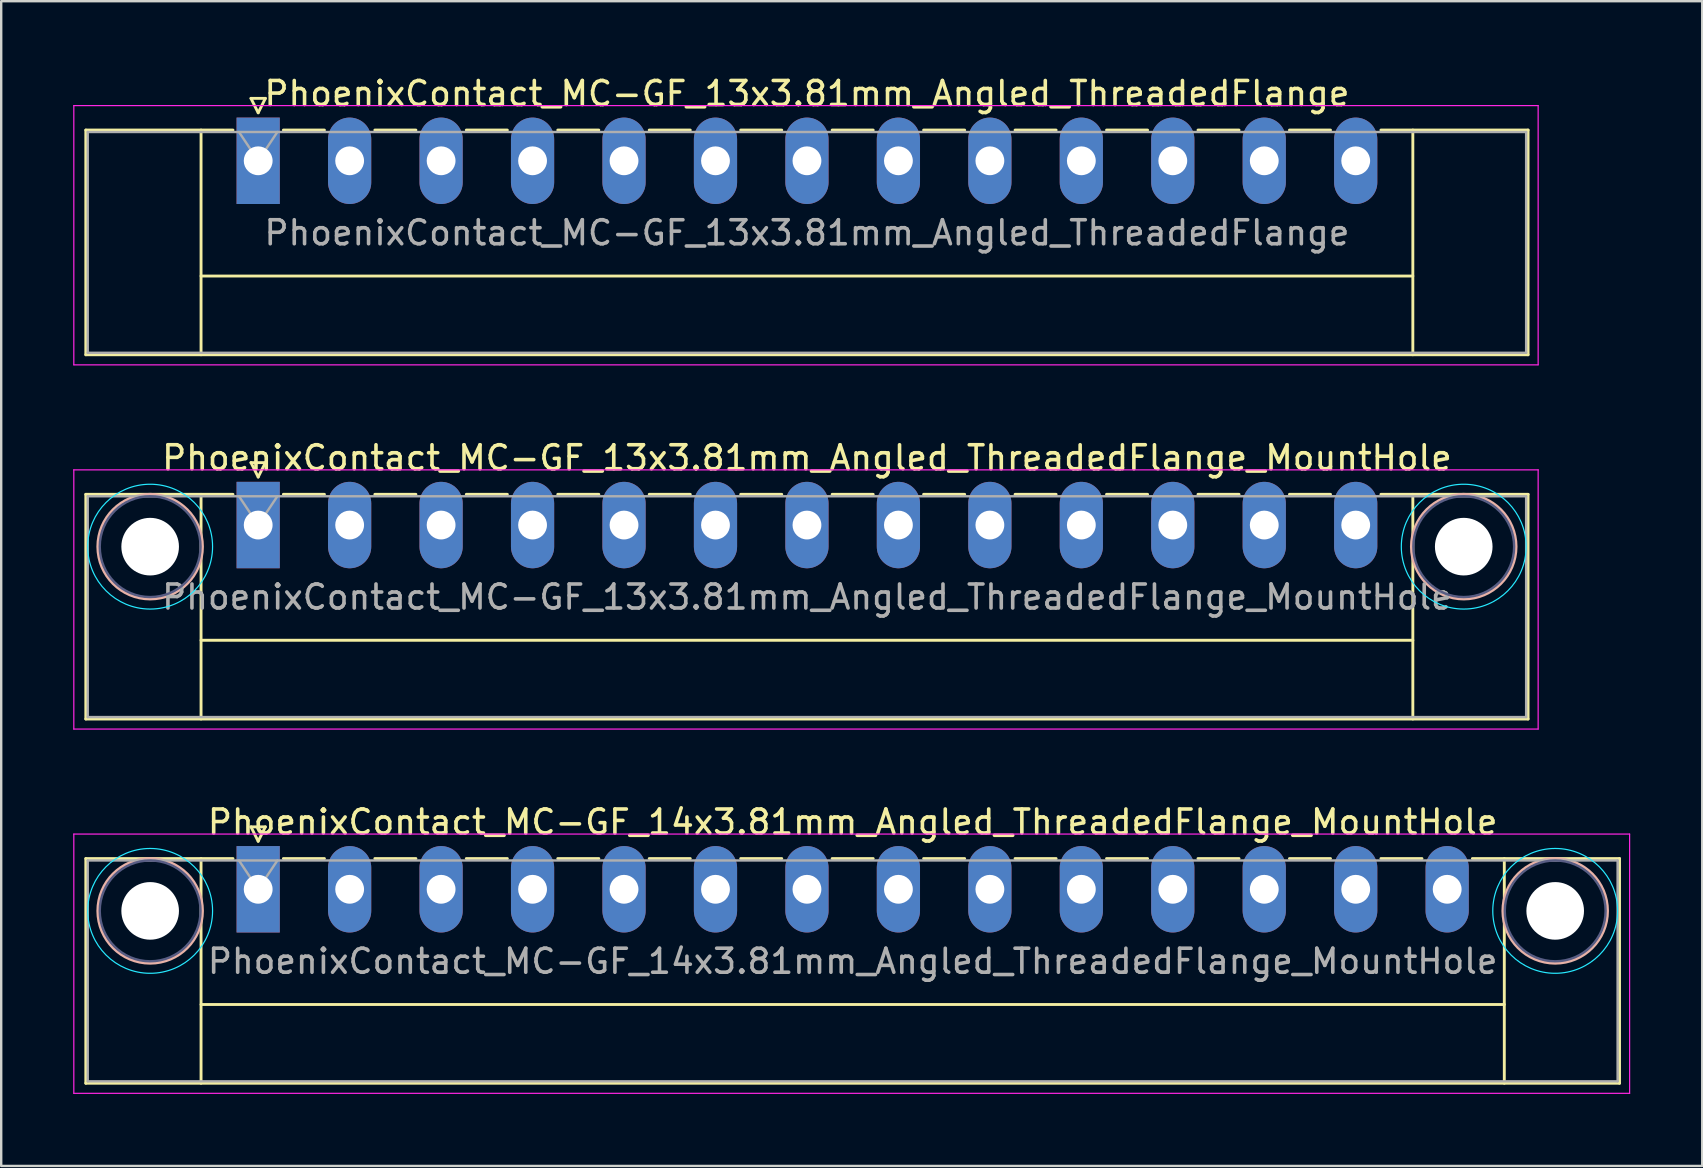
<source format=kicad_pcb>
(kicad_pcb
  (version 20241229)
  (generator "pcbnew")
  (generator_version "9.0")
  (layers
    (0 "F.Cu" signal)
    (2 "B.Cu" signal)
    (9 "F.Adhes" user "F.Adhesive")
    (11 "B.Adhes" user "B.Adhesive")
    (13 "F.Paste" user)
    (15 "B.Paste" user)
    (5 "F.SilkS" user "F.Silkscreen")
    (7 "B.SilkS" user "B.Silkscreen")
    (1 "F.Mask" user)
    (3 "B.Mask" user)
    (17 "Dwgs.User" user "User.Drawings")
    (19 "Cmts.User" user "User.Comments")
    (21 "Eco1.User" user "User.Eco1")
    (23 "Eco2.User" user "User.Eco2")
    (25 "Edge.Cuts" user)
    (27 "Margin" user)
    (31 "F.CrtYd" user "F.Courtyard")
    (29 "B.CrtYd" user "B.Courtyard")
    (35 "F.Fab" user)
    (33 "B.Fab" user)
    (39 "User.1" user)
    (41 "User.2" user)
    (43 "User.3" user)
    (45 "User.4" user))
  (footprint "PhoenixContact_MC-GF_13x3.81mm_Angled_ThreadedFlange"
    (layer "F.Cu")
    (at 7.705 3.648)
    (property "Reference" "PhoenixContact_MC-GF_13x3.81mm_Angled_ThreadedFlange" (at 22.86 -2.8 0) (layer "F.SilkS") (effects (font (size 1 1) (thickness 0.15))))
    (attr through_hole)
    (fp_line (start -7.18 -1.28) (end -7.18 8.08) (stroke (width 0.12) (type solid)) (layer "F.SilkS"))
    (fp_line (start -7.18 -1.28) (end -1.05 -1.28) (stroke (width 0.12) (type solid)) (layer "F.SilkS"))
    (fp_line (start -7.18 8.08) (end 52.9 8.08) (stroke (width 0.12) (type solid)) (layer "F.SilkS"))
    (fp_line (start -2.38 -1.28) (end -2.38 8.08) (stroke (width 0.12) (type solid)) (layer "F.SilkS"))
    (fp_line (start -2.38 4.8) (end 48.1 4.8) (stroke (width 0.12) (type solid)) (layer "F.SilkS"))
    (fp_line (start -0.3 -2.6) (end 0.3 -2.6) (stroke (width 0.12) (type solid)) (layer "F.SilkS"))
    (fp_line (start 0 -2) (end -0.3 -2.6) (stroke (width 0.12) (type solid)) (layer "F.SilkS"))
    (fp_line (start 0.3 -2.6) (end 0 -2) (stroke (width 0.12) (type solid)) (layer "F.SilkS"))
    (fp_line (start 1.05 -1.28) (end 2.76 -1.28) (stroke (width 0.12) (type solid)) (layer "F.SilkS"))
    (fp_line (start 4.86 -1.28) (end 6.57 -1.28) (stroke (width 0.12) (type solid)) (layer "F.SilkS"))
    (fp_line (start 8.67 -1.28) (end 10.38 -1.28) (stroke (width 0.12) (type solid)) (layer "F.SilkS"))
    (fp_line (start 12.48 -1.28) (end 14.19 -1.28) (stroke (width 0.12) (type solid)) (layer "F.SilkS"))
    (fp_line (start 16.29 -1.28) (end 18 -1.28) (stroke (width 0.12) (type solid)) (layer "F.SilkS"))
    (fp_line (start 20.1 -1.28) (end 21.81 -1.28) (stroke (width 0.12) (type solid)) (layer "F.SilkS"))
    (fp_line (start 23.91 -1.28) (end 25.62 -1.28) (stroke (width 0.12) (type solid)) (layer "F.SilkS"))
    (fp_line (start 27.72 -1.28) (end 29.43 -1.28) (stroke (width 0.12) (type solid)) (layer "F.SilkS"))
    (fp_line (start 31.53 -1.28) (end 33.24 -1.28) (stroke (width 0.12) (type solid)) (layer "F.SilkS"))
    (fp_line (start 35.34 -1.28) (end 37.05 -1.28) (stroke (width 0.12) (type solid)) (layer "F.SilkS"))
    (fp_line (start 39.15 -1.28) (end 40.86 -1.28) (stroke (width 0.12) (type solid)) (layer "F.SilkS"))
    (fp_line (start 42.96 -1.28) (end 44.67 -1.28) (stroke (width 0.12) (type solid)) (layer "F.SilkS"))
    (fp_line (start 48.1 -1.28) (end 48.1 8.08) (stroke (width 0.12) (type solid)) (layer "F.SilkS"))
    (fp_line (start 52.9 -1.28) (end 46.77 -1.28) (stroke (width 0.12) (type solid)) (layer "F.SilkS"))
    (fp_line (start 52.9 8.08) (end 52.9 -1.28) (stroke (width 0.12) (type solid)) (layer "F.SilkS"))
    (fp_line (start -7.68 -2.3) (end -7.68 8.5) (stroke (width 0.05) (type solid)) (layer "F.CrtYd"))
    (fp_line (start -7.68 8.5) (end 53.32 8.5) (stroke (width 0.05) (type solid)) (layer "F.CrtYd"))
    (fp_line (start 53.32 -2.3) (end -7.68 -2.3) (stroke (width 0.05) (type solid)) (layer "F.CrtYd"))
    (fp_line (start 53.32 8.5) (end 53.32 -2.3) (stroke (width 0.05) (type solid)) (layer "F.CrtYd"))
    (fp_line (start -7.1 -1.2) (end -7.1 8) (stroke (width 0.1) (type solid)) (layer "F.Fab"))
    (fp_line (start -7.1 8) (end 52.82 8) (stroke (width 0.1) (type solid)) (layer "F.Fab"))
    (fp_line (start 0 0) (end -0.8 -1.2) (stroke (width 0.1) (type solid)) (layer "F.Fab"))
    (fp_line (start 0.8 -1.2) (end 0 0) (stroke (width 0.1) (type solid)) (layer "F.Fab"))
    (fp_line (start 52.82 -1.2) (end -7.1 -1.2) (stroke (width 0.1) (type solid)) (layer "F.Fab"))
    (fp_line (start 52.82 8) (end 52.82 -1.2) (stroke (width 0.1) (type solid)) (layer "F.Fab"))
    (fp_text user "${REFERENCE}" (at 22.86 3 0) (layer "F.Fab") (effects (font (size 1 1) (thickness 0.15))))
    (pad "1" thru_hole rect (at 0 0) (size 1.8 3.6) (drill 1.2) (layers "*.Cu" "*.Mask"))
    (pad "2" thru_hole oval (at 3.81 0) (size 1.8 3.6) (drill 1.2) (layers "*.Cu" "*.Mask"))
    (pad "3" thru_hole oval (at 7.62 0) (size 1.8 3.6) (drill 1.2) (layers "*.Cu" "*.Mask"))
    (pad "4" thru_hole oval (at 11.43 0) (size 1.8 3.6) (drill 1.2) (layers "*.Cu" "*.Mask"))
    (pad "5" thru_hole oval (at 15.24 0) (size 1.8 3.6) (drill 1.2) (layers "*.Cu" "*.Mask"))
    (pad "6" thru_hole oval (at 19.05 0) (size 1.8 3.6) (drill 1.2) (layers "*.Cu" "*.Mask"))
    (pad "7" thru_hole oval (at 22.86 0) (size 1.8 3.6) (drill 1.2) (layers "*.Cu" "*.Mask"))
    (pad "8" thru_hole oval (at 26.67 0) (size 1.8 3.6) (drill 1.2) (layers "*.Cu" "*.Mask"))
    (pad "9" thru_hole oval (at 30.48 0) (size 1.8 3.6) (drill 1.2) (layers "*.Cu" "*.Mask"))
    (pad "10" thru_hole oval (at 34.29 0) (size 1.8 3.6) (drill 1.2) (layers "*.Cu" "*.Mask"))
    (pad "11" thru_hole oval (at 38.1 0) (size 1.8 3.6) (drill 1.2) (layers "*.Cu" "*.Mask"))
    (pad "12" thru_hole oval (at 41.91 0) (size 1.8 3.6) (drill 1.2) (layers "*.Cu" "*.Mask"))
    (pad "13" thru_hole oval (at 45.72 0) (size 1.8 3.6) (drill 1.2) (layers "*.Cu" "*.Mask")))
  (footprint "PhoenixContact_MC-GF_14x3.81mm_Angled_ThreadedFlange_MountHole"
    (layer "F.Cu")
    (at 7.705 33.995)
    (property "Reference" "PhoenixContact_MC-GF_14x3.81mm_Angled_ThreadedFlange_MountHole" (at 24.765 -2.8 0) (layer "F.SilkS") (effects (font (size 1 1) (thickness 0.15))))
    (attr through_hole)
    (fp_line (start -7.18 -1.28) (end -7.18 8.08) (stroke (width 0.12) (type solid)) (layer "F.SilkS"))
    (fp_line (start -7.18 -1.28) (end -1.05 -1.28) (stroke (width 0.12) (type solid)) (layer "F.SilkS"))
    (fp_line (start -7.18 8.08) (end 56.71 8.08) (stroke (width 0.12) (type solid)) (layer "F.SilkS"))
    (fp_line (start -2.38 -1.28) (end -2.38 8.08) (stroke (width 0.12) (type solid)) (layer "F.SilkS"))
    (fp_line (start -2.38 4.8) (end 51.91 4.8) (stroke (width 0.12) (type solid)) (layer "F.SilkS"))
    (fp_line (start -0.3 -2.6) (end 0.3 -2.6) (stroke (width 0.12) (type solid)) (layer "F.SilkS"))
    (fp_line (start 0 -2) (end -0.3 -2.6) (stroke (width 0.12) (type solid)) (layer "F.SilkS"))
    (fp_line (start 0.3 -2.6) (end 0 -2) (stroke (width 0.12) (type solid)) (layer "F.SilkS"))
    (fp_line (start 1.05 -1.28) (end 2.76 -1.28) (stroke (width 0.12) (type solid)) (layer "F.SilkS"))
    (fp_line (start 4.86 -1.28) (end 6.57 -1.28) (stroke (width 0.12) (type solid)) (layer "F.SilkS"))
    (fp_line (start 8.67 -1.28) (end 10.38 -1.28) (stroke (width 0.12) (type solid)) (layer "F.SilkS"))
    (fp_line (start 12.48 -1.28) (end 14.19 -1.28) (stroke (width 0.12) (type solid)) (layer "F.SilkS"))
    (fp_line (start 16.29 -1.28) (end 18 -1.28) (stroke (width 0.12) (type solid)) (layer "F.SilkS"))
    (fp_line (start 20.1 -1.28) (end 21.81 -1.28) (stroke (width 0.12) (type solid)) (layer "F.SilkS"))
    (fp_line (start 23.91 -1.28) (end 25.62 -1.28) (stroke (width 0.12) (type solid)) (layer "F.SilkS"))
    (fp_line (start 27.72 -1.28) (end 29.43 -1.28) (stroke (width 0.12) (type solid)) (layer "F.SilkS"))
    (fp_line (start 31.53 -1.28) (end 33.24 -1.28) (stroke (width 0.12) (type solid)) (layer "F.SilkS"))
    (fp_line (start 35.34 -1.28) (end 37.05 -1.28) (stroke (width 0.12) (type solid)) (layer "F.SilkS"))
    (fp_line (start 39.15 -1.28) (end 40.86 -1.28) (stroke (width 0.12) (type solid)) (layer "F.SilkS"))
    (fp_line (start 42.96 -1.28) (end 44.67 -1.28) (stroke (width 0.12) (type solid)) (layer "F.SilkS"))
    (fp_line (start 46.77 -1.28) (end 48.48 -1.28) (stroke (width 0.12) (type solid)) (layer "F.SilkS"))
    (fp_line (start 51.91 -1.28) (end 51.91 8.08) (stroke (width 0.12) (type solid)) (layer "F.SilkS"))
    (fp_line (start 56.71 -1.28) (end 50.58 -1.28) (stroke (width 0.12) (type solid)) (layer "F.SilkS"))
    (fp_line (start 56.71 8.08) (end 56.71 -1.28) (stroke (width 0.12) (type solid)) (layer "F.SilkS"))
    (fp_circle (center -4.5 0.9) (end -2.32 0.9) (stroke (width 0.12) (type solid)) (fill no) (layer "B.SilkS"))
    (fp_circle (center 54.03 0.9) (end 56.21 0.9) (stroke (width 0.12) (type solid)) (fill no) (layer "B.SilkS"))
    (fp_circle (center -4.5 0.9) (end -1.9 0.9) (stroke (width 0.05) (type solid)) (fill no) (layer "B.CrtYd"))
    (fp_circle (center 54.03 0.9) (end 56.63 0.9) (stroke (width 0.05) (type solid)) (fill no) (layer "B.CrtYd"))
    (fp_line (start -7.68 -2.3) (end -7.68 8.5) (stroke (width 0.05) (type solid)) (layer "F.CrtYd"))
    (fp_line (start -7.68 8.5) (end 57.13 8.5) (stroke (width 0.05) (type solid)) (layer "F.CrtYd"))
    (fp_line (start 57.13 -2.3) (end -7.68 -2.3) (stroke (width 0.05) (type solid)) (layer "F.CrtYd"))
    (fp_line (start 57.13 8.5) (end 57.13 -2.3) (stroke (width 0.05) (type solid)) (layer "F.CrtYd"))
    (fp_circle (center -4.5 0.9) (end -2.4 0.9) (stroke (width 0.1) (type solid)) (fill no) (layer "B.Fab"))
    (fp_circle (center 54.03 0.9) (end 56.13 0.9) (stroke (width 0.1) (type solid)) (fill no) (layer "B.Fab"))
    (fp_line (start -7.1 -1.2) (end -7.1 8) (stroke (width 0.1) (type solid)) (layer "F.Fab"))
    (fp_line (start -7.1 8) (end 56.63 8) (stroke (width 0.1) (type solid)) (layer "F.Fab"))
    (fp_line (start 0 0) (end -0.8 -1.2) (stroke (width 0.1) (type solid)) (layer "F.Fab"))
    (fp_line (start 0.8 -1.2) (end 0 0) (stroke (width 0.1) (type solid)) (layer "F.Fab"))
    (fp_line (start 56.63 -1.2) (end -7.1 -1.2) (stroke (width 0.1) (type solid)) (layer "F.Fab"))
    (fp_line (start 56.63 8) (end 56.63 -1.2) (stroke (width 0.1) (type solid)) (layer "F.Fab"))
    (fp_text user "${REFERENCE}" (at 24.765 3 0) (layer "F.Fab") (effects (font (size 1 1) (thickness 0.15))))
    (pad "" np_thru_hole circle (at -4.5 0.9) (size 2.4 2.4) (drill 2.4) (layers "*.Cu" "*.Mask"))
    (pad "" np_thru_hole circle (at 54.03 0.9) (size 2.4 2.4) (drill 2.4) (layers "*.Cu" "*.Mask"))
    (pad "1" thru_hole rect (at 0 0) (size 1.8 3.6) (drill 1.2) (layers "*.Cu" "*.Mask"))
    (pad "2" thru_hole oval (at 3.81 0) (size 1.8 3.6) (drill 1.2) (layers "*.Cu" "*.Mask"))
    (pad "3" thru_hole oval (at 7.62 0) (size 1.8 3.6) (drill 1.2) (layers "*.Cu" "*.Mask"))
    (pad "4" thru_hole oval (at 11.43 0) (size 1.8 3.6) (drill 1.2) (layers "*.Cu" "*.Mask"))
    (pad "5" thru_hole oval (at 15.24 0) (size 1.8 3.6) (drill 1.2) (layers "*.Cu" "*.Mask"))
    (pad "6" thru_hole oval (at 19.05 0) (size 1.8 3.6) (drill 1.2) (layers "*.Cu" "*.Mask"))
    (pad "7" thru_hole oval (at 22.86 0) (size 1.8 3.6) (drill 1.2) (layers "*.Cu" "*.Mask"))
    (pad "8" thru_hole oval (at 26.67 0) (size 1.8 3.6) (drill 1.2) (layers "*.Cu" "*.Mask"))
    (pad "9" thru_hole oval (at 30.48 0) (size 1.8 3.6) (drill 1.2) (layers "*.Cu" "*.Mask"))
    (pad "10" thru_hole oval (at 34.29 0) (size 1.8 3.6) (drill 1.2) (layers "*.Cu" "*.Mask"))
    (pad "11" thru_hole oval (at 38.1 0) (size 1.8 3.6) (drill 1.2) (layers "*.Cu" "*.Mask"))
    (pad "12" thru_hole oval (at 41.91 0) (size 1.8 3.6) (drill 1.2) (layers "*.Cu" "*.Mask"))
    (pad "13" thru_hole oval (at 45.72 0) (size 1.8 3.6) (drill 1.2) (layers "*.Cu" "*.Mask"))
    (pad "14" thru_hole oval (at 49.53 0) (size 1.8 3.6) (drill 1.2) (layers "*.Cu" "*.Mask")))
  (footprint "PhoenixContact_MC-GF_13x3.81mm_Angled_ThreadedFlange_MountHole"
    (layer "F.Cu")
    (at 7.705 18.822)
    (property "Reference" "PhoenixContact_MC-GF_13x3.81mm_Angled_ThreadedFlange_MountHole" (at 22.86 -2.8 0) (layer "F.SilkS") (effects (font (size 1 1) (thickness 0.15))))
    (attr through_hole)
    (fp_line (start -7.18 -1.28) (end -7.18 8.08) (stroke (width 0.12) (type solid)) (layer "F.SilkS"))
    (fp_line (start -7.18 -1.28) (end -1.05 -1.28) (stroke (width 0.12) (type solid)) (layer "F.SilkS"))
    (fp_line (start -7.18 8.08) (end 52.9 8.08) (stroke (width 0.12) (type solid)) (layer "F.SilkS"))
    (fp_line (start -2.38 -1.28) (end -2.38 8.08) (stroke (width 0.12) (type solid)) (layer "F.SilkS"))
    (fp_line (start -2.38 4.8) (end 48.1 4.8) (stroke (width 0.12) (type solid)) (layer "F.SilkS"))
    (fp_line (start -0.3 -2.6) (end 0.3 -2.6) (stroke (width 0.12) (type solid)) (layer "F.SilkS"))
    (fp_line (start 0 -2) (end -0.3 -2.6) (stroke (width 0.12) (type solid)) (layer "F.SilkS"))
    (fp_line (start 0.3 -2.6) (end 0 -2) (stroke (width 0.12) (type solid)) (layer "F.SilkS"))
    (fp_line (start 1.05 -1.28) (end 2.76 -1.28) (stroke (width 0.12) (type solid)) (layer "F.SilkS"))
    (fp_line (start 4.86 -1.28) (end 6.57 -1.28) (stroke (width 0.12) (type solid)) (layer "F.SilkS"))
    (fp_line (start 8.67 -1.28) (end 10.38 -1.28) (stroke (width 0.12) (type solid)) (layer "F.SilkS"))
    (fp_line (start 12.48 -1.28) (end 14.19 -1.28) (stroke (width 0.12) (type solid)) (layer "F.SilkS"))
    (fp_line (start 16.29 -1.28) (end 18 -1.28) (stroke (width 0.12) (type solid)) (layer "F.SilkS"))
    (fp_line (start 20.1 -1.28) (end 21.81 -1.28) (stroke (width 0.12) (type solid)) (layer "F.SilkS"))
    (fp_line (start 23.91 -1.28) (end 25.62 -1.28) (stroke (width 0.12) (type solid)) (layer "F.SilkS"))
    (fp_line (start 27.72 -1.28) (end 29.43 -1.28) (stroke (width 0.12) (type solid)) (layer "F.SilkS"))
    (fp_line (start 31.53 -1.28) (end 33.24 -1.28) (stroke (width 0.12) (type solid)) (layer "F.SilkS"))
    (fp_line (start 35.34 -1.28) (end 37.05 -1.28) (stroke (width 0.12) (type solid)) (layer "F.SilkS"))
    (fp_line (start 39.15 -1.28) (end 40.86 -1.28) (stroke (width 0.12) (type solid)) (layer "F.SilkS"))
    (fp_line (start 42.96 -1.28) (end 44.67 -1.28) (stroke (width 0.12) (type solid)) (layer "F.SilkS"))
    (fp_line (start 48.1 -1.28) (end 48.1 8.08) (stroke (width 0.12) (type solid)) (layer "F.SilkS"))
    (fp_line (start 52.9 -1.28) (end 46.77 -1.28) (stroke (width 0.12) (type solid)) (layer "F.SilkS"))
    (fp_line (start 52.9 8.08) (end 52.9 -1.28) (stroke (width 0.12) (type solid)) (layer "F.SilkS"))
    (fp_circle (center -4.5 0.9) (end -2.32 0.9) (stroke (width 0.12) (type solid)) (fill no) (layer "B.SilkS"))
    (fp_circle (center 50.22 0.9) (end 52.4 0.9) (stroke (width 0.12) (type solid)) (fill no) (layer "B.SilkS"))
    (fp_circle (center -4.5 0.9) (end -1.9 0.9) (stroke (width 0.05) (type solid)) (fill no) (layer "B.CrtYd"))
    (fp_circle (center 50.22 0.9) (end 52.82 0.9) (stroke (width 0.05) (type solid)) (fill no) (layer "B.CrtYd"))
    (fp_line (start -7.68 -2.3) (end -7.68 8.5) (stroke (width 0.05) (type solid)) (layer "F.CrtYd"))
    (fp_line (start -7.68 8.5) (end 53.32 8.5) (stroke (width 0.05) (type solid)) (layer "F.CrtYd"))
    (fp_line (start 53.32 -2.3) (end -7.68 -2.3) (stroke (width 0.05) (type solid)) (layer "F.CrtYd"))
    (fp_line (start 53.32 8.5) (end 53.32 -2.3) (stroke (width 0.05) (type solid)) (layer "F.CrtYd"))
    (fp_circle (center -4.5 0.9) (end -2.4 0.9) (stroke (width 0.1) (type solid)) (fill no) (layer "B.Fab"))
    (fp_circle (center 50.22 0.9) (end 52.32 0.9) (stroke (width 0.1) (type solid)) (fill no) (layer "B.Fab"))
    (fp_line (start -7.1 -1.2) (end -7.1 8) (stroke (width 0.1) (type solid)) (layer "F.Fab"))
    (fp_line (start -7.1 8) (end 52.82 8) (stroke (width 0.1) (type solid)) (layer "F.Fab"))
    (fp_line (start 0 0) (end -0.8 -1.2) (stroke (width 0.1) (type solid)) (layer "F.Fab"))
    (fp_line (start 0.8 -1.2) (end 0 0) (stroke (width 0.1) (type solid)) (layer "F.Fab"))
    (fp_line (start 52.82 -1.2) (end -7.1 -1.2) (stroke (width 0.1) (type solid)) (layer "F.Fab"))
    (fp_line (start 52.82 8) (end 52.82 -1.2) (stroke (width 0.1) (type solid)) (layer "F.Fab"))
    (fp_text user "${REFERENCE}" (at 22.86 3 0) (layer "F.Fab") (effects (font (size 1 1) (thickness 0.15))))
    (pad "" np_thru_hole circle (at -4.5 0.9) (size 2.4 2.4) (drill 2.4) (layers "*.Cu" "*.Mask"))
    (pad "" np_thru_hole circle (at 50.22 0.9) (size 2.4 2.4) (drill 2.4) (layers "*.Cu" "*.Mask"))
    (pad "1" thru_hole rect (at 0 0) (size 1.8 3.6) (drill 1.2) (layers "*.Cu" "*.Mask"))
    (pad "2" thru_hole oval (at 3.81 0) (size 1.8 3.6) (drill 1.2) (layers "*.Cu" "*.Mask"))
    (pad "3" thru_hole oval (at 7.62 0) (size 1.8 3.6) (drill 1.2) (layers "*.Cu" "*.Mask"))
    (pad "4" thru_hole oval (at 11.43 0) (size 1.8 3.6) (drill 1.2) (layers "*.Cu" "*.Mask"))
    (pad "5" thru_hole oval (at 15.24 0) (size 1.8 3.6) (drill 1.2) (layers "*.Cu" "*.Mask"))
    (pad "6" thru_hole oval (at 19.05 0) (size 1.8 3.6) (drill 1.2) (layers "*.Cu" "*.Mask"))
    (pad "7" thru_hole oval (at 22.86 0) (size 1.8 3.6) (drill 1.2) (layers "*.Cu" "*.Mask"))
    (pad "8" thru_hole oval (at 26.67 0) (size 1.8 3.6) (drill 1.2) (layers "*.Cu" "*.Mask"))
    (pad "9" thru_hole oval (at 30.48 0) (size 1.8 3.6) (drill 1.2) (layers "*.Cu" "*.Mask"))
    (pad "10" thru_hole oval (at 34.29 0) (size 1.8 3.6) (drill 1.2) (layers "*.Cu" "*.Mask"))
    (pad "11" thru_hole oval (at 38.1 0) (size 1.8 3.6) (drill 1.2) (layers "*.Cu" "*.Mask"))
    (pad "12" thru_hole oval (at 41.91 0) (size 1.8 3.6) (drill 1.2) (layers "*.Cu" "*.Mask"))
    (pad "13" thru_hole oval (at 45.72 0) (size 1.8 3.6) (drill 1.2) (layers "*.Cu" "*.Mask")))
  (gr_rect
    (start -3 -3)
    (end 67.86 45.52)
    (stroke (width 0.1) (type default))
    (fill no)
    (layer "Edge.Cuts")))
</source>
